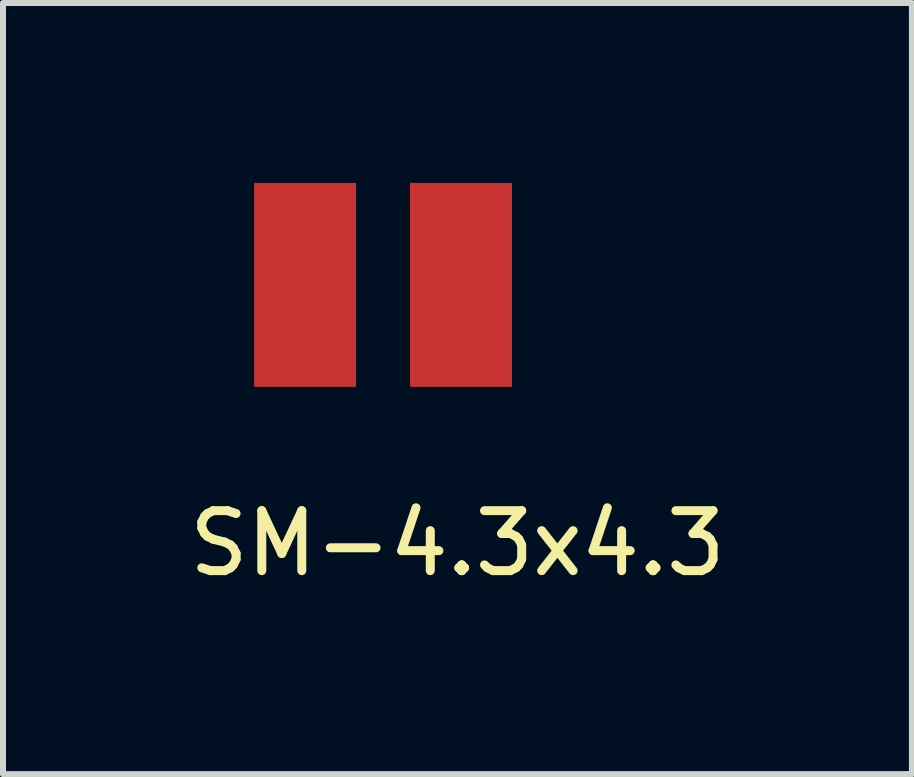
<source format=kicad_pcb>
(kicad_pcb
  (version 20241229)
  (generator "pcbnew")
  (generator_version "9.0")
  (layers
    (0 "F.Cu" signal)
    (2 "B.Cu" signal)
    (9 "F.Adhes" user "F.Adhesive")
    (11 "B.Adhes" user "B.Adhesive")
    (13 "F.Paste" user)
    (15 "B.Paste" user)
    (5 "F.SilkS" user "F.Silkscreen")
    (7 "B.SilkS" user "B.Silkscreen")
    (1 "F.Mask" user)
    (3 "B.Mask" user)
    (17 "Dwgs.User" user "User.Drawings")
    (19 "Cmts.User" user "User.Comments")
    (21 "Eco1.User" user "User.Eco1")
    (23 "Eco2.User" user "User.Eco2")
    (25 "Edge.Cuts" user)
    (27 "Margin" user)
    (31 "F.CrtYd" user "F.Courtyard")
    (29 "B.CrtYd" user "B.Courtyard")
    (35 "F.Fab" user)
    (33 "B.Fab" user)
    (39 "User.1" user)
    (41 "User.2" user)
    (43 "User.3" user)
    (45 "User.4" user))
  (footprint "SM-4.3x4.3"
    (layer "F.Cu")
    (at 3.307 1.7)
    (property "Reference" "SM-4.3x4.3" (at 1.27 4.31 0) (layer "F.SilkS") (effects (font (size 1 1) (thickness 0.15))))
    (attr through_hole)
    (pad "1" smd rect (at -1.27 0) (size 1.7 3.4) (layers "F.Cu" "F.Mask" "F.Paste"))
    (pad "2" smd rect (at 1.33 0) (size 1.7 3.4) (layers "F.Cu" "F.Mask" "F.Paste")))
  (gr_rect
    (start -3 -3)
    (end 12.155 9.858)
    (stroke (width 0.1) (type default))
    (fill no)
    (layer "Edge.Cuts")))
</source>
